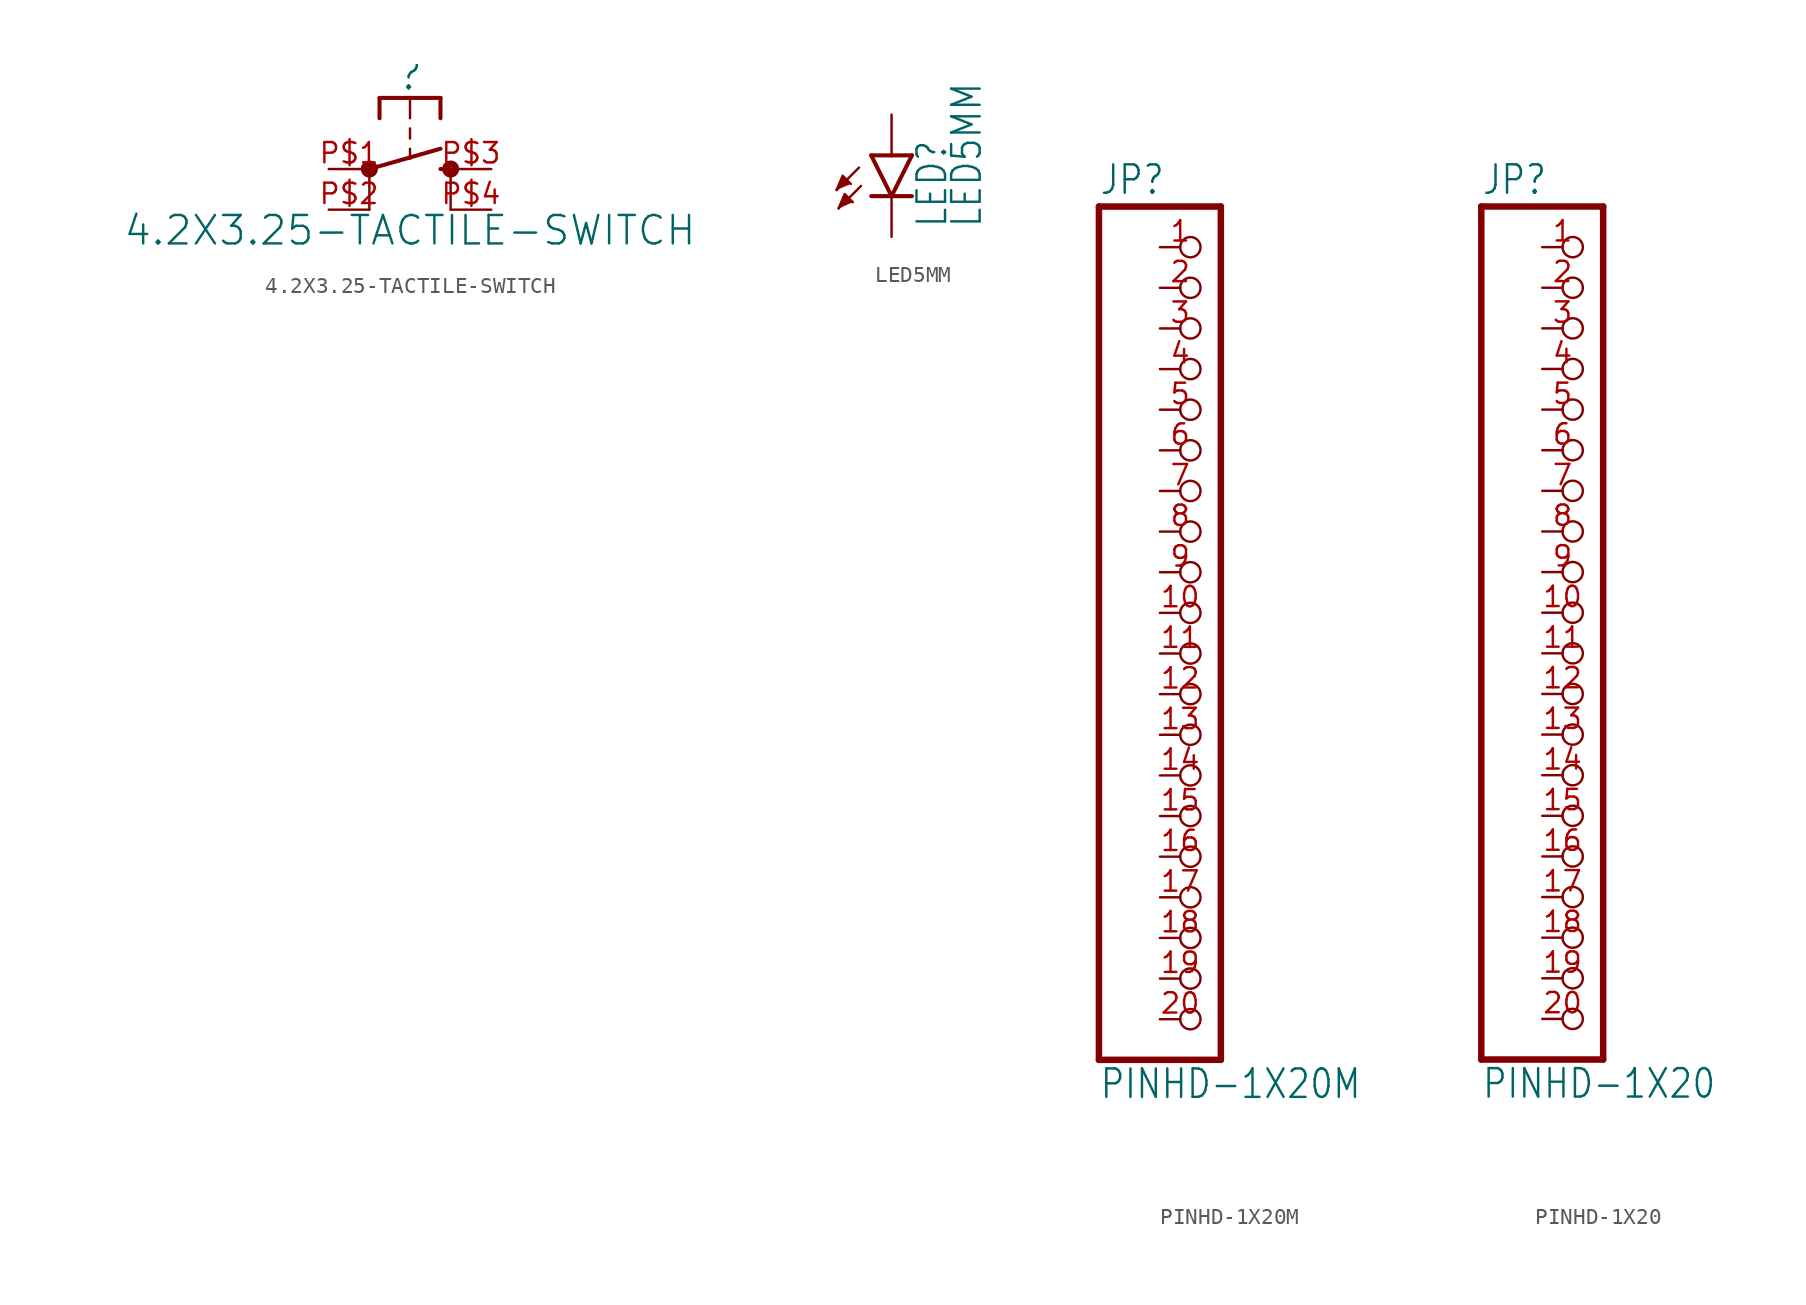
<source format=kicad_sym>
(kicad_symbol_lib
  (version 20211014)
  (generator kicad_symbol_editor)
  (symbol "4.2X3.25-TACTILE-SWITCH"
    (property "Reference" ""
      (at 0 4.826 0)
      (effects (font (size 1.778 1.778)) (justify bottom)))
    (property "Value" "4.2X3.25-TACTILE-SWITCH"
      (at 0 -2.794 0)
      (effects (font (size 1.778 1.778)) (justify top)))
    (property "ki_locked" ""
      (at 0 0 0)
      (effects (font (size 1.27 1.27))))
    (symbol "4.2X3.25-TACTILE-SWITCH_1_0"
      (circle (center -2.54 0) (radius 0.127) (stroke (width 0.406) (type default) (color 0 0 0 0)) (fill (type none)))
      (polyline (pts (xy -2.54 -2.54) (xy -2.54 0)) (stroke (width 0.152) (type default) (color 0 0 0 0)) (fill (type none)))
      (polyline (pts (xy -2.54 0) (xy 1.905 1.27)) (stroke (width 0.254) (type default) (color 0 0 0 0)) (fill (type none)))
      (polyline (pts (xy -1.905 4.445) (xy -1.905 3.175)) (stroke (width 0.254) (type default) (color 0 0 0 0)) (fill (type none)))
      (polyline (pts (xy 0 1.27) (xy 0 0.635)) (stroke (width 0.152) (type default) (color 0 0 0 0)) (fill (type none)))
      (polyline (pts (xy 0 2.54) (xy 0 1.905)) (stroke (width 0.152) (type default) (color 0 0 0 0)) (fill (type none)))
      (polyline (pts (xy 0 4.445) (xy -1.905 4.445)) (stroke (width 0.254) (type default) (color 0 0 0 0)) (fill (type none)))
      (polyline (pts (xy 0 4.445) (xy 0 3.175)) (stroke (width 0.152) (type default) (color 0 0 0 0)) (fill (type none)))
      (polyline (pts (xy 1.905 0) (xy 2.54 0)) (stroke (width 0.254) (type default) (color 0 0 0 0)) (fill (type none)))
      (polyline (pts (xy 1.905 4.445) (xy 0 4.445)) (stroke (width 0.254) (type default) (color 0 0 0 0)) (fill (type none)))
      (polyline (pts (xy 1.905 4.445) (xy 1.905 3.175)) (stroke (width 0.254) (type default) (color 0 0 0 0)) (fill (type none)))
      (polyline (pts (xy 2.54 -2.54) (xy 2.54 0)) (stroke (width 0.152) (type default) (color 0 0 0 0)) (fill (type none)))
      (circle (center 2.54 0) (radius 0.127) (stroke (width 0.406) (type default) (color 0 0 0 0)) (fill (type none)))
      (pin passive line (at -5.08 0 0) (length 2.54) (name "1" (effects (font (size 0 0)))) (number "P$1" (effects (font (size 1.27 1.27)))))
      (pin passive line (at -5.08 -2.54 0) (length 2.54) (name "2" (effects (font (size 0 0)))) (number "P$2" (effects (font (size 1.27 1.27)))))
      (pin passive line (at 5.08 0 180) (length 2.54) (name "3" (effects (font (size 0 0)))) (number "P$3" (effects (font (size 1.27 1.27)))))
      (pin passive line (at 5.08 -2.54 180) (length 2.54) (name "4" (effects (font (size 0 0)))) (number "P$4" (effects (font (size 1.27 1.27)))))))
  (symbol "LED5MM"
    (property "Reference" "LED"
      (at 3.556 -4.572 90)
      (effects (font (size 1.778 1.511)) (justify left bottom)))
    (property "Value" "LED5MM"
      (at 5.715 -4.572 90)
      (effects (font (size 1.778 1.511)) (justify left bottom)))
    (property "ki_locked" ""
      (at 0 0 0)
      (effects (font (size 1.27 1.27))))
    (symbol "LED5MM_1_0"
      (polyline (pts (xy -2.032 -0.762) (xy -3.429 -2.159)) (stroke (width 0.152) (type default) (color 0 0 0 0)) (fill (type none)))
      (polyline (pts (xy -1.905 -1.905) (xy -3.302 -3.302)) (stroke (width 0.152) (type default) (color 0 0 0 0)) (fill (type none)))
      (polyline (pts (xy 0 -2.54) (xy -1.27 -2.54)) (stroke (width 0.254) (type default) (color 0 0 0 0)) (fill (type none)))
      (polyline (pts (xy 0 -2.54) (xy -1.27 0)) (stroke (width 0.254) (type default) (color 0 0 0 0)) (fill (type none)))
      (polyline (pts (xy 0 0) (xy -1.27 0)) (stroke (width 0.254) (type default) (color 0 0 0 0)) (fill (type none)))
      (polyline (pts (xy 1.27 -2.54) (xy 0 -2.54)) (stroke (width 0.254) (type default) (color 0 0 0 0)) (fill (type none)))
      (polyline (pts (xy 1.27 0) (xy 0 -2.54)) (stroke (width 0.254) (type default) (color 0 0 0 0)) (fill (type none)))
      (polyline (pts (xy 1.27 0) (xy 0 0)) (stroke (width 0.254) (type default) (color 0 0 0 0)) (fill (type none)))
      (polyline (pts (xy -3.429 -2.159) (xy -3.048 -1.27) (xy -2.54 -1.778)) (stroke (width 0) (type default) (color 0 0 0 0)) (fill (type outline)))
      (polyline (pts (xy -3.302 -3.302) (xy -2.921 -2.413) (xy -2.413 -2.921)) (stroke (width 0) (type default) (color 0 0 0 0)) (fill (type outline)))
      (pin passive line (at 0 2.54 270) (length 2.54) (name "A" (effects (font (size 0 0)))) (number "A" (effects (font (size 0 0)))))
      (pin passive line (at 0 -5.08 90) (length 2.54) (name "C" (effects (font (size 0 0)))) (number "K" (effects (font (size 0 0)))))))
  (symbol "PINHD-1X20M"
    (property "Reference" "JP"
      (at -6.35 26.035 0)
      (effects (font (size 1.778 1.511)) (justify left bottom)))
    (property "Value" "PINHD-1X20M"
      (at -6.35 -30.48 0)
      (effects (font (size 1.778 1.511)) (justify left bottom)))
    (property "ki_locked" ""
      (at 0 0 0)
      (effects (font (size 1.27 1.27))))
    (symbol "PINHD-1X20M_1_0"
      (polyline (pts (xy -6.35 -27.94) (xy 1.27 -27.94)) (stroke (width 0.406) (type default) (color 0 0 0 0)) (fill (type none)))
      (polyline (pts (xy -6.35 25.4) (xy -6.35 -27.94)) (stroke (width 0.406) (type default) (color 0 0 0 0)) (fill (type none)))
      (polyline (pts (xy 1.27 -27.94) (xy 1.27 25.4)) (stroke (width 0.406) (type default) (color 0 0 0 0)) (fill (type none)))
      (polyline (pts (xy 1.27 25.4) (xy -6.35 25.4)) (stroke (width 0.406) (type default) (color 0 0 0 0)) (fill (type none)))
      (pin passive inverted (at -2.54 22.86 0) (length 2.54) (name "1" (effects (font (size 0 0)))) (number "1" (effects (font (size 1.27 1.27)))))
      (pin passive inverted (at -2.54 0 0) (length 2.54) (name "10" (effects (font (size 0 0)))) (number "10" (effects (font (size 1.27 1.27)))))
      (pin passive inverted (at -2.54 -2.54 0) (length 2.54) (name "11" (effects (font (size 0 0)))) (number "11" (effects (font (size 1.27 1.27)))))
      (pin passive inverted (at -2.54 -5.08 0) (length 2.54) (name "12" (effects (font (size 0 0)))) (number "12" (effects (font (size 1.27 1.27)))))
      (pin passive inverted (at -2.54 -7.62 0) (length 2.54) (name "13" (effects (font (size 0 0)))) (number "13" (effects (font (size 1.27 1.27)))))
      (pin passive inverted (at -2.54 -10.16 0) (length 2.54) (name "14" (effects (font (size 0 0)))) (number "14" (effects (font (size 1.27 1.27)))))
      (pin passive inverted (at -2.54 -12.7 0) (length 2.54) (name "15" (effects (font (size 0 0)))) (number "15" (effects (font (size 1.27 1.27)))))
      (pin passive inverted (at -2.54 -15.24 0) (length 2.54) (name "16" (effects (font (size 0 0)))) (number "16" (effects (font (size 1.27 1.27)))))
      (pin passive inverted (at -2.54 -17.78 0) (length 2.54) (name "17" (effects (font (size 0 0)))) (number "17" (effects (font (size 1.27 1.27)))))
      (pin passive inverted (at -2.54 -20.32 0) (length 2.54) (name "18" (effects (font (size 0 0)))) (number "18" (effects (font (size 1.27 1.27)))))
      (pin passive inverted (at -2.54 -22.86 0) (length 2.54) (name "19" (effects (font (size 0 0)))) (number "19" (effects (font (size 1.27 1.27)))))
      (pin passive inverted (at -2.54 20.32 0) (length 2.54) (name "2" (effects (font (size 0 0)))) (number "2" (effects (font (size 1.27 1.27)))))
      (pin passive inverted (at -2.54 -25.4 0) (length 2.54) (name "20" (effects (font (size 0 0)))) (number "20" (effects (font (size 1.27 1.27)))))
      (pin passive inverted (at -2.54 17.78 0) (length 2.54) (name "3" (effects (font (size 0 0)))) (number "3" (effects (font (size 1.27 1.27)))))
      (pin passive inverted (at -2.54 15.24 0) (length 2.54) (name "4" (effects (font (size 0 0)))) (number "4" (effects (font (size 1.27 1.27)))))
      (pin passive inverted (at -2.54 12.7 0) (length 2.54) (name "5" (effects (font (size 0 0)))) (number "5" (effects (font (size 1.27 1.27)))))
      (pin passive inverted (at -2.54 10.16 0) (length 2.54) (name "6" (effects (font (size 0 0)))) (number "6" (effects (font (size 1.27 1.27)))))
      (pin passive inverted (at -2.54 7.62 0) (length 2.54) (name "7" (effects (font (size 0 0)))) (number "7" (effects (font (size 1.27 1.27)))))
      (pin passive inverted (at -2.54 5.08 0) (length 2.54) (name "8" (effects (font (size 0 0)))) (number "8" (effects (font (size 1.27 1.27)))))
      (pin passive inverted (at -2.54 2.54 0) (length 2.54) (name "9" (effects (font (size 0 0)))) (number "9" (effects (font (size 1.27 1.27)))))))
  (symbol "PINHD-1X20"
    (property "Reference" "JP"
      (at -6.35 26.035 0)
      (effects (font (size 1.778 1.511)) (justify left bottom)))
    (property "Value" "PINHD-1X20"
      (at -6.35 -30.48 0)
      (effects (font (size 1.778 1.511)) (justify left bottom)))
    (property "ki_locked" ""
      (at 0 0 0)
      (effects (font (size 1.27 1.27))))
    (symbol "PINHD-1X20_1_0"
      (polyline (pts (xy -6.35 -27.94) (xy 1.27 -27.94)) (stroke (width 0.406) (type default) (color 0 0 0 0)) (fill (type none)))
      (polyline (pts (xy -6.35 25.4) (xy -6.35 -27.94)) (stroke (width 0.406) (type default) (color 0 0 0 0)) (fill (type none)))
      (polyline (pts (xy 1.27 -27.94) (xy 1.27 25.4)) (stroke (width 0.406) (type default) (color 0 0 0 0)) (fill (type none)))
      (polyline (pts (xy 1.27 25.4) (xy -6.35 25.4)) (stroke (width 0.406) (type default) (color 0 0 0 0)) (fill (type none)))
      (pin passive inverted (at -2.54 22.86 0) (length 2.54) (name "1" (effects (font (size 0 0)))) (number "1" (effects (font (size 1.27 1.27)))))
      (pin passive inverted (at -2.54 0 0) (length 2.54) (name "10" (effects (font (size 0 0)))) (number "10" (effects (font (size 1.27 1.27)))))
      (pin passive inverted (at -2.54 -2.54 0) (length 2.54) (name "11" (effects (font (size 0 0)))) (number "11" (effects (font (size 1.27 1.27)))))
      (pin passive inverted (at -2.54 -5.08 0) (length 2.54) (name "12" (effects (font (size 0 0)))) (number "12" (effects (font (size 1.27 1.27)))))
      (pin passive inverted (at -2.54 -7.62 0) (length 2.54) (name "13" (effects (font (size 0 0)))) (number "13" (effects (font (size 1.27 1.27)))))
      (pin passive inverted (at -2.54 -10.16 0) (length 2.54) (name "14" (effects (font (size 0 0)))) (number "14" (effects (font (size 1.27 1.27)))))
      (pin passive inverted (at -2.54 -12.7 0) (length 2.54) (name "15" (effects (font (size 0 0)))) (number "15" (effects (font (size 1.27 1.27)))))
      (pin passive inverted (at -2.54 -15.24 0) (length 2.54) (name "16" (effects (font (size 0 0)))) (number "16" (effects (font (size 1.27 1.27)))))
      (pin passive inverted (at -2.54 -17.78 0) (length 2.54) (name "17" (effects (font (size 0 0)))) (number "17" (effects (font (size 1.27 1.27)))))
      (pin passive inverted (at -2.54 -20.32 0) (length 2.54) (name "18" (effects (font (size 0 0)))) (number "18" (effects (font (size 1.27 1.27)))))
      (pin passive inverted (at -2.54 -22.86 0) (length 2.54) (name "19" (effects (font (size 0 0)))) (number "19" (effects (font (size 1.27 1.27)))))
      (pin passive inverted (at -2.54 20.32 0) (length 2.54) (name "2" (effects (font (size 0 0)))) (number "2" (effects (font (size 1.27 1.27)))))
      (pin passive inverted (at -2.54 -25.4 0) (length 2.54) (name "20" (effects (font (size 0 0)))) (number "20" (effects (font (size 1.27 1.27)))))
      (pin passive inverted (at -2.54 17.78 0) (length 2.54) (name "3" (effects (font (size 0 0)))) (number "3" (effects (font (size 1.27 1.27)))))
      (pin passive inverted (at -2.54 15.24 0) (length 2.54) (name "4" (effects (font (size 0 0)))) (number "4" (effects (font (size 1.27 1.27)))))
      (pin passive inverted (at -2.54 12.7 0) (length 2.54) (name "5" (effects (font (size 0 0)))) (number "5" (effects (font (size 1.27 1.27)))))
      (pin passive inverted (at -2.54 10.16 0) (length 2.54) (name "6" (effects (font (size 0 0)))) (number "6" (effects (font (size 1.27 1.27)))))
      (pin passive inverted (at -2.54 7.62 0) (length 2.54) (name "7" (effects (font (size 0 0)))) (number "7" (effects (font (size 1.27 1.27)))))
      (pin passive inverted (at -2.54 5.08 0) (length 2.54) (name "8" (effects (font (size 0 0)))) (number "8" (effects (font (size 1.27 1.27)))))
      (pin passive inverted (at -2.54 2.54 0) (length 2.54) (name "9" (effects (font (size 0 0)))) (number "9" (effects (font (size 1.27 1.27))))))))
</source>
